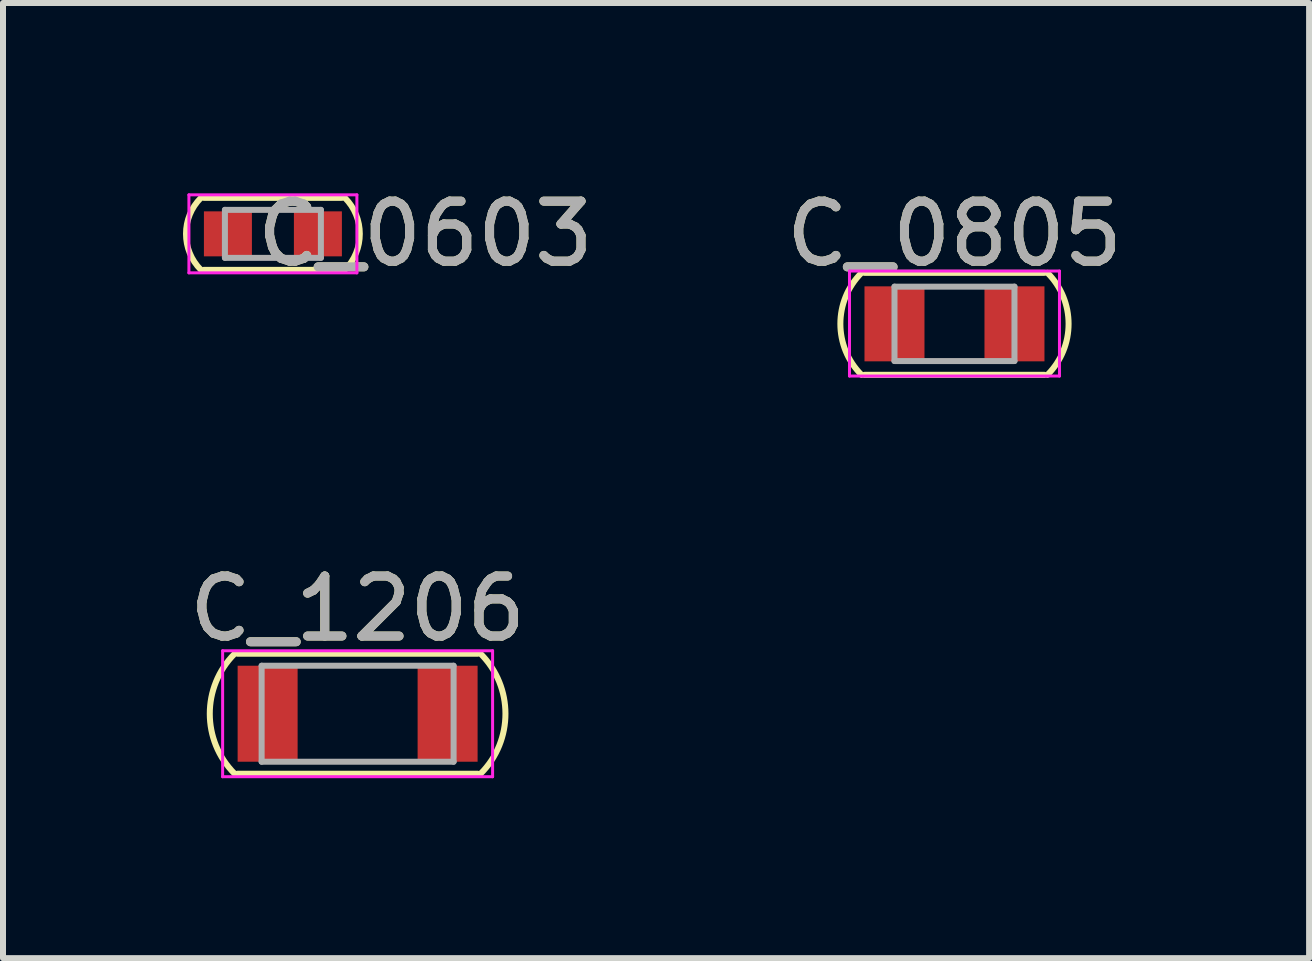
<source format=kicad_pcb>
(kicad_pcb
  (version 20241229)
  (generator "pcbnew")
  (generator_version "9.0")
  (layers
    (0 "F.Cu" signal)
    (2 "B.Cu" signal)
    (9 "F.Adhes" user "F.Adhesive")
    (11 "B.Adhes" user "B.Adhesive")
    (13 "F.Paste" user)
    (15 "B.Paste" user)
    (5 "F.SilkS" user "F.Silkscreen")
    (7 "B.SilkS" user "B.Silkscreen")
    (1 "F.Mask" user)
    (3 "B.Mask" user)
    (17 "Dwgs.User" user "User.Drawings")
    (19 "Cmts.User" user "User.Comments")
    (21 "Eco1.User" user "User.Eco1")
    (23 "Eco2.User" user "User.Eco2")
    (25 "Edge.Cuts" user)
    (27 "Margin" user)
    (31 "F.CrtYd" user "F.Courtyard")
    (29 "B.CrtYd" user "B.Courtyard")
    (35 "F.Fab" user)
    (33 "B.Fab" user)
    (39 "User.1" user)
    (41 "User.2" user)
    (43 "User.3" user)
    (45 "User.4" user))
  (footprint "C_1206"
    (layer "F.Cu")
    (at 2.911 8.847)
    (property "Reference" "C_1206" (at 0 -1.75 0) (layer "F.SilkS") (effects (font (size 1 1) (thickness 0.15))))
    (attr smd)
    (fp_line (start -2 -1) (end 2 -1) (stroke (width 0.1) (type solid)) (layer "F.SilkS"))
    (fp_line (start -2 1) (end 2 1) (stroke (width 0.1) (type solid)) (layer "F.SilkS"))
    (fp_arc (start -2.05 1) (mid -2.464214 0) (end -2.05 -1) (stroke (width 0.1) (type solid)) (layer "F.SilkS"))
    (fp_arc (start 2.05 -1) (mid 2.464214 0) (end 2.05 1) (stroke (width 0.1) (type solid)) (layer "F.SilkS"))
    (fp_line (start -2.25 -1.05) (end -2.25 1.05) (stroke (width 0.05) (type solid)) (layer "F.CrtYd"))
    (fp_line (start -2.25 -1.05) (end 2.25 -1.05) (stroke (width 0.05) (type solid)) (layer "F.CrtYd"))
    (fp_line (start 2.25 1.05) (end -2.25 1.05) (stroke (width 0.05) (type solid)) (layer "F.CrtYd"))
    (fp_line (start 2.25 1.05) (end 2.25 -1.05) (stroke (width 0.05) (type solid)) (layer "F.CrtYd"))
    (fp_line (start -1.6 -0.8) (end 1.6 -0.8) (stroke (width 0.1) (type solid)) (layer "F.Fab"))
    (fp_line (start -1.6 0.8) (end -1.6 -0.8) (stroke (width 0.1) (type solid)) (layer "F.Fab"))
    (fp_line (start 1.6 -0.8) (end 1.6 0.8) (stroke (width 0.1) (type solid)) (layer "F.Fab"))
    (fp_line (start 1.6 0.8) (end -1.6 0.8) (stroke (width 0.1) (type solid)) (layer "F.Fab"))
    (fp_text user "${REFERENCE}" (at 0 -1.75 0) (layer "F.Fab") (effects (font (size 1 1) (thickness 0.15))))
    (pad "1" smd rect (at -1.5 0) (size 1 1.6) (layers "F.Cu" "F.Mask" "F.Paste"))
    (pad "2" smd rect (at 1.5 0) (size 1 1.6) (layers "F.Cu" "F.Mask" "F.Paste")))
  (footprint "C_0603"
    (layer "F.Cu")
    (at 1.499 0.848)
    (property "Reference" "C_0603" (at 2.54 0 0) (layer "F.SilkS") (effects (font (size 1 1) (thickness 0.15))))
    (attr smd)
    (fp_line (start -1.15 -0.6) (end 1.15 -0.6) (stroke (width 0.1) (type solid)) (layer "F.SilkS"))
    (fp_line (start 1.15 0.6) (end -1.15 0.6) (stroke (width 0.1) (type solid)) (layer "F.SilkS"))
    (fp_arc (start -1.2 0.6) (mid -1.448528 0) (end -1.2 -0.6) (stroke (width 0.1) (type solid)) (layer "F.SilkS"))
    (fp_arc (start 1.2 -0.6) (mid 1.448528 0) (end 1.2 0.6) (stroke (width 0.1) (type solid)) (layer "F.SilkS"))
    (fp_line (start -1.4 -0.65) (end -1.4 0.65) (stroke (width 0.05) (type solid)) (layer "F.CrtYd"))
    (fp_line (start -1.4 -0.65) (end 1.4 -0.65) (stroke (width 0.05) (type solid)) (layer "F.CrtYd"))
    (fp_line (start 1.4 0.65) (end -1.4 0.65) (stroke (width 0.05) (type solid)) (layer "F.CrtYd"))
    (fp_line (start 1.4 0.65) (end 1.4 -0.65) (stroke (width 0.05) (type solid)) (layer "F.CrtYd"))
    (fp_line (start -0.8 -0.4) (end 0.8 -0.4) (stroke (width 0.1) (type solid)) (layer "F.Fab"))
    (fp_line (start -0.8 0.4) (end -0.8 -0.4) (stroke (width 0.1) (type solid)) (layer "F.Fab"))
    (fp_line (start 0.8 -0.4) (end 0.8 0.4) (stroke (width 0.1) (type solid)) (layer "F.Fab"))
    (fp_line (start 0.8 0.4) (end -0.8 0.4) (stroke (width 0.1) (type solid)) (layer "F.Fab"))
    (fp_text user "${REFERENCE}" (at 2.54 0 0) (layer "F.Fab") (effects (font (size 1 1) (thickness 0.15))))
    (pad "1" smd rect (at -0.75 0) (size 0.8 0.75) (layers "F.Cu" "F.Mask" "F.Paste"))
    (pad "2" smd rect (at 0.75 0) (size 0.8 0.75) (layers "F.Cu" "F.Mask" "F.Paste")))
  (footprint "C_0805"
    (layer "F.Cu")
    (at 12.86 2.348)
    (property "Reference" "C_0805" (at 0 -1.5 0) (layer "F.SilkS") (effects (font (size 1 1) (thickness 0.15))))
    (attr smd)
    (fp_line (start -1.5 -0.85) (end 1.5 -0.85) (stroke (width 0.1) (type solid)) (layer "F.SilkS"))
    (fp_line (start -1.5 0.85) (end 1.5 0.85) (stroke (width 0.1) (type solid)) (layer "F.SilkS"))
    (fp_arc (start -1.55 0.85) (mid -1.902082 0) (end -1.55 -0.85) (stroke (width 0.1) (type solid)) (layer "F.SilkS"))
    (fp_arc (start 1.55 -0.85) (mid 1.902082 0) (end 1.55 0.85) (stroke (width 0.1) (type solid)) (layer "F.SilkS"))
    (fp_line (start -1.75 -0.88) (end -1.75 0.87) (stroke (width 0.05) (type solid)) (layer "F.CrtYd"))
    (fp_line (start -1.75 -0.88) (end 1.75 -0.88) (stroke (width 0.05) (type solid)) (layer "F.CrtYd"))
    (fp_line (start 1.75 0.87) (end -1.75 0.87) (stroke (width 0.05) (type solid)) (layer "F.CrtYd"))
    (fp_line (start 1.75 0.87) (end 1.75 -0.88) (stroke (width 0.05) (type solid)) (layer "F.CrtYd"))
    (fp_line (start -1 -0.62) (end 1 -0.62) (stroke (width 0.1) (type solid)) (layer "F.Fab"))
    (fp_line (start -1 0.62) (end -1 -0.62) (stroke (width 0.1) (type solid)) (layer "F.Fab"))
    (fp_line (start 1 -0.62) (end 1 0.62) (stroke (width 0.1) (type solid)) (layer "F.Fab"))
    (fp_line (start 1 0.62) (end -1 0.62) (stroke (width 0.1) (type solid)) (layer "F.Fab"))
    (fp_text user "${REFERENCE}" (at 0 -1.5 0) (layer "F.Fab") (effects (font (size 1 1) (thickness 0.15))))
    (pad "1" smd rect (at -1 0) (size 1 1.25) (layers "F.Cu" "F.Mask" "F.Paste"))
    (pad "2" smd rect (at 1 0) (size 1 1.25) (layers "F.Cu" "F.Mask" "F.Paste")))
  (gr_rect
    (start -3 -3)
    (end 18.771 12.921)
    (stroke (width 0.1) (type default))
    (fill no)
    (layer "Edge.Cuts")))
</source>
